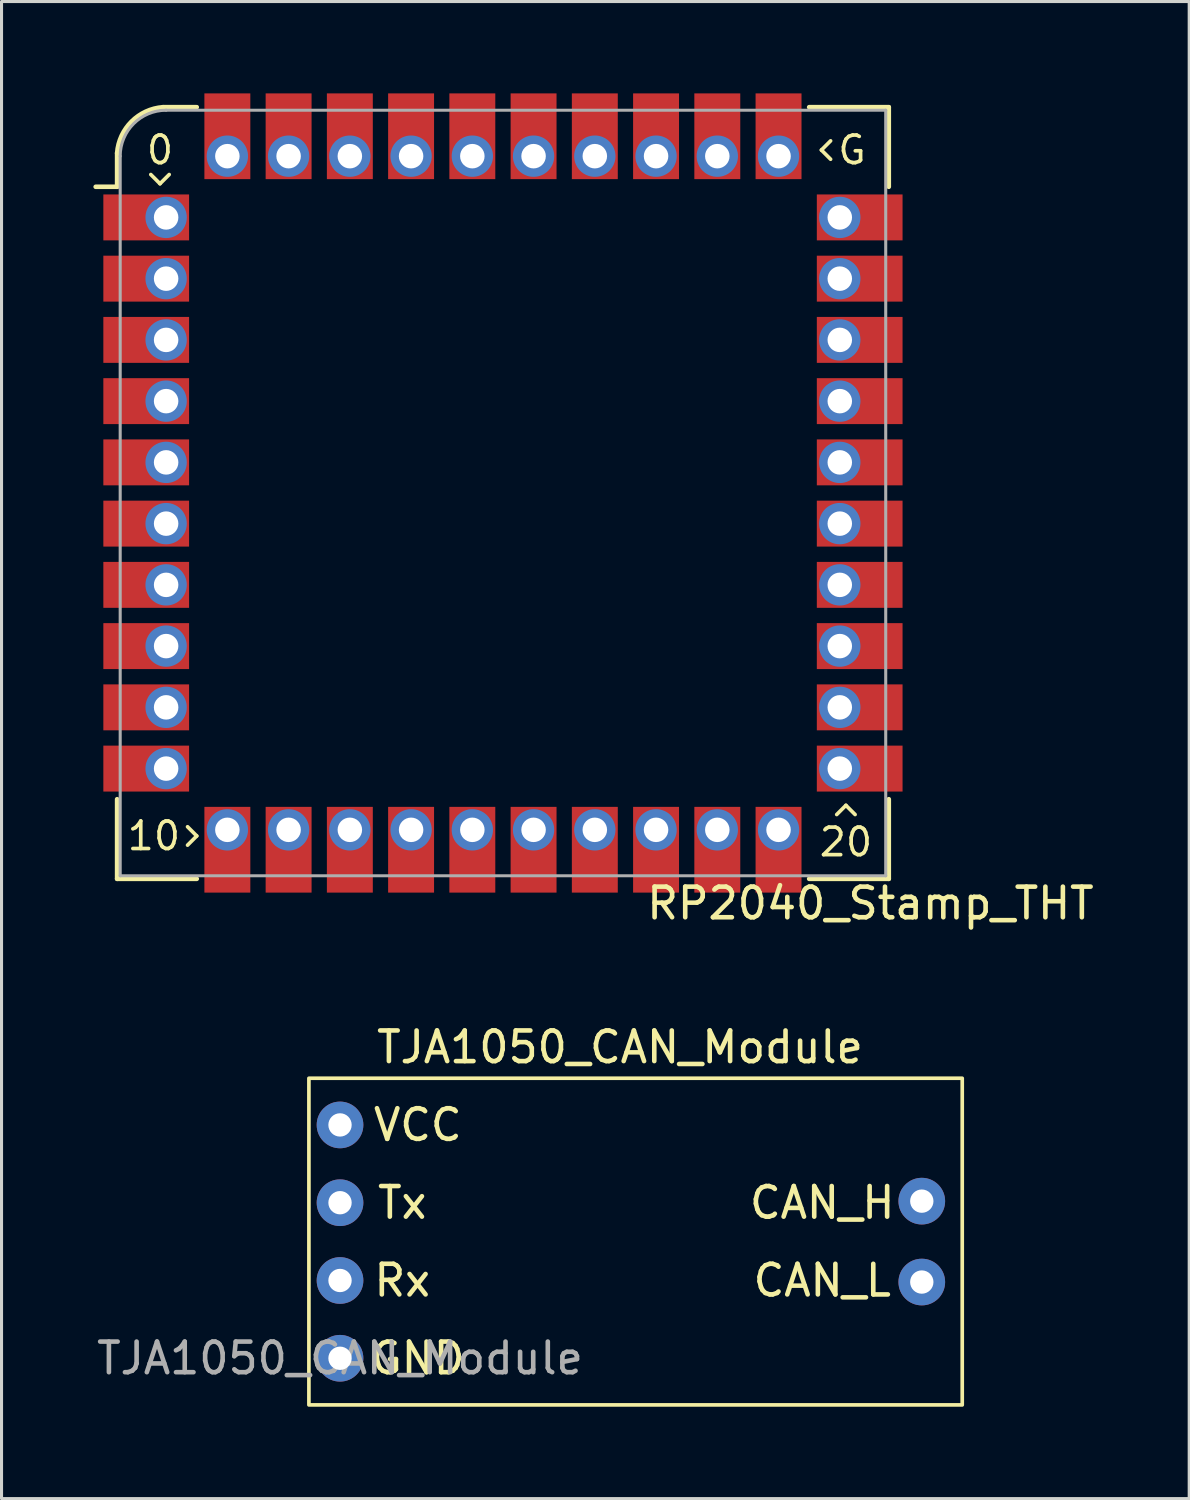
<source format=kicad_pcb>
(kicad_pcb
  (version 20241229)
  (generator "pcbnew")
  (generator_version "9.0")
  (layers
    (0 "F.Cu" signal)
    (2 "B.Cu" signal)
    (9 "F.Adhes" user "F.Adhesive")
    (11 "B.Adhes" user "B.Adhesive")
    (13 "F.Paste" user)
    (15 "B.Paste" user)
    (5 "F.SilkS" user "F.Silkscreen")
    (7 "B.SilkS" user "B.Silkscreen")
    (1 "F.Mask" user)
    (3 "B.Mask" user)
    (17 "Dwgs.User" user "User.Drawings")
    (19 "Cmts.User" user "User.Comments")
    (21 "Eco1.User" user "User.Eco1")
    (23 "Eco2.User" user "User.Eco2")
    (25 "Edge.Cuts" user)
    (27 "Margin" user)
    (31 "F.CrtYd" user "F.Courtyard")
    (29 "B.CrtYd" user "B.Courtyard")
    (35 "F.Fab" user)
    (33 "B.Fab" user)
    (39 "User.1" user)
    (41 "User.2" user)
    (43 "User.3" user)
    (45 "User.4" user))
  (footprint "TJA1050_CAN_Module"
    (layer "F.Cu")
    (at 17.198 37.751)
    (property "Reference" "TJA1050_CAN_Module" (at 0 -6.604 0) (unlocked yes) (layer "F.SilkS") (effects (font (size 1 1) (thickness 0.15))))
    (attr through_hole)
    (fp_rect (start -10.16 -5.588) (end 11.176 5.08) (stroke (width 0.12) (type solid)) (fill no) (layer "F.SilkS"))
    (fp_text user "CAN_H" (at 6.604 -1.524 0) (unlocked yes) (layer "F.SilkS") (effects (font (size 1 1) (thickness 0.15))))
    (fp_text user "VCC" (at -6.604 -4.064 0) (unlocked yes) (layer "F.SilkS") (effects (font (size 1 1) (thickness 0.15))))
    (fp_text user "Rx" (at -7.112 1.016 0) (unlocked yes) (layer "F.SilkS") (effects (font (size 1 1) (thickness 0.15))))
    (fp_text user "CAN_L" (at 6.604 1.016 0) (unlocked yes) (layer "F.SilkS") (effects (font (size 1 1) (thickness 0.15))))
    (fp_text user "GND" (at -6.604 3.556 0) (unlocked yes) (layer "F.SilkS") (effects (font (size 1 1) (thickness 0.15))))
    (fp_text user "Tx" (at -7.112 -1.524 0) (unlocked yes) (layer "F.SilkS") (effects (font (size 1 1) (thickness 0.15))))
    (fp_text user "${REFERENCE}" (at -9.144 3.556 0) (unlocked yes) (layer "F.Fab") (effects (font (size 1 1) (thickness 0.15))))
    (pad "1" thru_hole circle (at -9.144 -4.064) (size 1.524 1.524) (drill 0.762) (layers "*.Cu" "*.Mask"))
    (pad "2" thru_hole circle (at -9.144 -1.524) (size 1.524 1.524) (drill 0.762) (layers "*.Cu" "*.Mask"))
    (pad "3" thru_hole circle (at -9.144 1.016) (size 1.524 1.524) (drill 0.762) (layers "*.Cu" "*.Mask"))
    (pad "4" thru_hole circle (at -9.144 3.556) (size 1.524 1.524) (drill 0.762) (layers "*.Cu" "*.Mask"))
    (pad "5" thru_hole circle (at 9.855 -1.575) (size 1.524 1.524) (drill 0.762) (layers "*.Cu" "*.Mask"))
    (pad "6" thru_hole circle (at 9.855 1.067) (size 1.524 1.524) (drill 0.762) (layers "*.Cu" "*.Mask")))
  (footprint "RP2040_Stamp_THT"
    (layer "F.Cu")
    (at 13.375 13.05)
    (property "Reference" "RP2040_Stamp_THT" (at 12 13.4 0) (unlocked yes) (layer "F.SilkS") (effects (font (size 1 1) (thickness 0.15))))
    (attr through_hole)
    (fp_line (start -12.6 -10) (end -13.3 -10) (stroke (width 0.15) (type solid)) (layer "F.SilkS"))
    (fp_line (start -12.6 -10) (end -12.6 -11.1) (stroke (width 0.15) (type solid)) (layer "F.SilkS"))
    (fp_line (start -12.6 12.6) (end -12.6 10) (stroke (width 0.15) (type solid)) (layer "F.SilkS"))
    (fp_line (start -11.2 -10.1) (end -11.5 -10.4) (stroke (width 0.12) (type solid)) (layer "F.SilkS"))
    (fp_line (start -11.2 -10.1) (end -10.9 -10.4) (stroke (width 0.12) (type solid)) (layer "F.SilkS"))
    (fp_line (start -11.1 -12.6) (end -10 -12.6) (stroke (width 0.15) (type solid)) (layer "F.SilkS"))
    (fp_line (start -10.3 10.9) (end -10 11.2) (stroke (width 0.12) (type solid)) (layer "F.SilkS"))
    (fp_line (start -10.3 11.5) (end -10 11.2) (stroke (width 0.12) (type solid)) (layer "F.SilkS"))
    (fp_line (start -10 12.6) (end -12.6 12.6) (stroke (width 0.15) (type solid)) (layer "F.SilkS"))
    (fp_line (start 10 -12.6) (end 12.6 -12.6) (stroke (width 0.15) (type solid)) (layer "F.SilkS"))
    (fp_line (start 10.4 -11.2) (end 10.7 -11.5) (stroke (width 0.12) (type solid)) (layer "F.SilkS"))
    (fp_line (start 10.4 -11.2) (end 10.7 -10.9) (stroke (width 0.12) (type solid)) (layer "F.SilkS"))
    (fp_line (start 10.9 10.5) (end 11.2 10.2) (stroke (width 0.12) (type solid)) (layer "F.SilkS"))
    (fp_line (start 11.5 10.5) (end 11.2 10.2) (stroke (width 0.12) (type solid)) (layer "F.SilkS"))
    (fp_line (start 12.6 -12.6) (end 12.6 -10) (stroke (width 0.15) (type solid)) (layer "F.SilkS"))
    (fp_line (start 12.6 10) (end 12.6 12.6) (stroke (width 0.15) (type solid)) (layer "F.SilkS"))
    (fp_line (start 12.6 12.6) (end 10 12.6) (stroke (width 0.15) (type solid)) (layer "F.SilkS"))
    (fp_arc (start -12.6 -11.1) (mid -12.129432 -12.129432) (end -11.1 -12.6) (stroke (width 0.15) (type solid)) (layer "F.SilkS"))
    (fp_line (start -12.5 12.5) (end -12.5 -11) (stroke (width 0.1) (type solid)) (layer "F.Fab"))
    (fp_line (start -11 -12.5) (end 12.5 -12.5) (stroke (width 0.1) (type solid)) (layer "F.Fab"))
    (fp_line (start 12.5 -12.5) (end 12.5 12.5) (stroke (width 0.1) (type solid)) (layer "F.Fab"))
    (fp_line (start 12.5 12.5) (end -12.5 12.5) (stroke (width 0.1) (type solid)) (layer "F.Fab"))
    (fp_arc (start -12.500003 -11.000003) (mid -12.060661 -12.060662) (end -11 -12.5) (stroke (width 0.1) (type solid)) (layer "F.Fab"))
    (fp_text user "10" (at -11.4 11.2 0) (layer "F.SilkS") (effects (font (size 0.9 0.9) (thickness 0.12))))
    (fp_text user "0" (at -11.2 -11.2 0) (layer "F.SilkS") (effects (font (size 0.9 0.9) (thickness 0.12))))
    (fp_text user "20" (at 11.2 11.4 0) (layer "F.SilkS") (effects (font (size 0.9 0.9) (thickness 0.12))))
    (fp_text user "G" (at 11.4 -11.2 0) (layer "F.SilkS") (effects (font (size 0.9 0.9) (thickness 0.12))))
    (pad "1" smd rect (at -11.65 -9) (size 2.8 1.5) (layers "F.Cu" "F.Mask" "F.Paste"))
    (pad "1" thru_hole circle (at -11 -9) (size 1.35 1.35) (drill 0.8) (layers "*.Cu" "*.Mask"))
    (pad "2" smd rect (at -11.65 -7) (size 2.8 1.5) (layers "F.Cu" "F.Mask" "F.Paste"))
    (pad "2" thru_hole oval (at -11 -7) (size 1.35 1.35) (drill 0.8) (layers "*.Cu" "*.Mask"))
    (pad "3" smd rect (at -11.65 -5) (size 2.8 1.5) (layers "F.Cu" "F.Mask" "F.Paste"))
    (pad "3" thru_hole oval (at -11 -5) (size 1.35 1.35) (drill 0.8) (layers "*.Cu" "*.Mask"))
    (pad "4" smd rect (at -11.65 -3) (size 2.8 1.5) (layers "F.Cu" "F.Mask" "F.Paste"))
    (pad "4" thru_hole oval (at -11 -3) (size 1.35 1.35) (drill 0.8) (layers "*.Cu" "*.Mask"))
    (pad "5" smd rect (at -11.65 -1) (size 2.8 1.5) (layers "F.Cu" "F.Mask" "F.Paste"))
    (pad "5" thru_hole oval (at -11 -1) (size 1.35 1.35) (drill 0.8) (layers "*.Cu" "*.Mask"))
    (pad "6" smd rect (at -11.65 1) (size 2.8 1.5) (layers "F.Cu" "F.Mask" "F.Paste"))
    (pad "6" thru_hole oval (at -11 1) (size 1.35 1.35) (drill 0.8) (layers "*.Cu" "*.Mask"))
    (pad "7" smd rect (at -11.65 3) (size 2.8 1.5) (layers "F.Cu" "F.Mask" "F.Paste"))
    (pad "7" thru_hole oval (at -11 3) (size 1.35 1.35) (drill 0.8) (layers "*.Cu" "*.Mask"))
    (pad "8" smd rect (at -11.65 5) (size 2.8 1.5) (layers "F.Cu" "F.Mask" "F.Paste"))
    (pad "8" thru_hole oval (at -11 5) (size 1.35 1.35) (drill 0.8) (layers "*.Cu" "*.Mask"))
    (pad "9" smd rect (at -11.65 7) (size 2.8 1.5) (layers "F.Cu" "F.Mask" "F.Paste"))
    (pad "9" thru_hole oval (at -11 7) (size 1.35 1.35) (drill 0.8) (layers "*.Cu" "*.Mask"))
    (pad "10" smd rect (at -11.65 9) (size 2.8 1.5) (layers "F.Cu" "F.Mask" "F.Paste"))
    (pad "10" thru_hole oval (at -11 9) (size 1.35 1.35) (drill 0.8) (layers "*.Cu" "*.Mask"))
    (pad "11" thru_hole oval (at -9 11) (size 1.35 1.35) (drill 0.8) (layers "*.Cu" "*.Mask"))
    (pad "11" smd rect (at -9 11.65 270) (size 2.8 1.5) (layers "F.Cu" "F.Mask" "F.Paste"))
    (pad "12" thru_hole oval (at -7 11) (size 1.35 1.35) (drill 0.8) (layers "*.Cu" "*.Mask"))
    (pad "12" smd rect (at -7 11.65 270) (size 2.8 1.5) (layers "F.Cu" "F.Mask" "F.Paste"))
    (pad "13" thru_hole oval (at -5 11) (size 1.35 1.35) (drill 0.8) (layers "*.Cu" "*.Mask"))
    (pad "13" smd rect (at -5 11.65 270) (size 2.8 1.5) (layers "F.Cu" "F.Mask" "F.Paste"))
    (pad "14" thru_hole oval (at -3 11) (size 1.35 1.35) (drill 0.8) (layers "*.Cu" "*.Mask"))
    (pad "14" smd rect (at -3 11.65 270) (size 2.8 1.5) (layers "F.Cu" "F.Mask" "F.Paste"))
    (pad "15" thru_hole oval (at -1 11) (size 1.35 1.35) (drill 0.8) (layers "*.Cu" "*.Mask"))
    (pad "15" smd rect (at -1 11.65 270) (size 2.8 1.5) (layers "F.Cu" "F.Mask" "F.Paste"))
    (pad "16" thru_hole oval (at 1 11) (size 1.35 1.35) (drill 0.8) (layers "*.Cu" "*.Mask"))
    (pad "16" smd rect (at 1 11.65 270) (size 2.8 1.5) (layers "F.Cu" "F.Mask" "F.Paste"))
    (pad "17" thru_hole oval (at 3 11) (size 1.35 1.35) (drill 0.8) (layers "*.Cu" "*.Mask"))
    (pad "17" smd rect (at 3 11.65 270) (size 2.8 1.5) (layers "F.Cu" "F.Mask" "F.Paste"))
    (pad "18" thru_hole oval (at 5 11) (size 1.35 1.35) (drill 0.8) (layers "*.Cu" "*.Mask"))
    (pad "18" smd rect (at 5 11.65 270) (size 2.8 1.5) (layers "F.Cu" "F.Mask" "F.Paste"))
    (pad "19" thru_hole oval (at 7 11) (size 1.35 1.35) (drill 0.8) (layers "*.Cu" "*.Mask"))
    (pad "19" smd rect (at 7 11.65 270) (size 2.8 1.5) (layers "F.Cu" "F.Mask" "F.Paste"))
    (pad "20" thru_hole oval (at 9 11) (size 1.35 1.35) (drill 0.8) (layers "*.Cu" "*.Mask"))
    (pad "20" smd rect (at 9 11.65 270) (size 2.8 1.5) (layers "F.Cu" "F.Mask" "F.Paste"))
    (pad "21" thru_hole oval (at 11 9) (size 1.35 1.35) (drill 0.8) (layers "*.Cu" "*.Mask"))
    (pad "21" smd rect (at 11.65 9) (size 2.8 1.5) (layers "F.Cu" "F.Mask" "F.Paste"))
    (pad "22" thru_hole oval (at 11 7) (size 1.35 1.35) (drill 0.8) (layers "*.Cu" "*.Mask"))
    (pad "22" smd rect (at 11.65 7) (size 2.8 1.5) (layers "F.Cu" "F.Mask" "F.Paste"))
    (pad "23" thru_hole oval (at 11 5) (size 1.35 1.35) (drill 0.8) (layers "*.Cu" "*.Mask"))
    (pad "23" smd rect (at 11.65 5) (size 2.8 1.5) (layers "F.Cu" "F.Mask" "F.Paste"))
    (pad "24" thru_hole oval (at 11 3) (size 1.35 1.35) (drill 0.8) (layers "*.Cu" "*.Mask"))
    (pad "24" smd rect (at 11.65 3) (size 2.8 1.5) (layers "F.Cu" "F.Mask" "F.Paste"))
    (pad "25" thru_hole oval (at 11 1) (size 1.35 1.35) (drill 0.8) (layers "*.Cu" "*.Mask"))
    (pad "25" smd rect (at 11.65 1) (size 2.8 1.5) (layers "F.Cu" "F.Mask" "F.Paste"))
    (pad "26" thru_hole oval (at 11 -1) (size 1.35 1.35) (drill 0.8) (layers "*.Cu" "*.Mask"))
    (pad "26" smd rect (at 11.65 -1) (size 2.8 1.5) (layers "F.Cu" "F.Mask" "F.Paste"))
    (pad "27" thru_hole oval (at 11 -3) (size 1.35 1.35) (drill 0.8) (layers "*.Cu" "*.Mask"))
    (pad "27" smd rect (at 11.65 -3) (size 2.8 1.5) (layers "F.Cu" "F.Mask" "F.Paste"))
    (pad "28" thru_hole oval (at 11 -5) (size 1.35 1.35) (drill 0.8) (layers "*.Cu" "*.Mask"))
    (pad "28" smd rect (at 11.65 -5) (size 2.8 1.5) (layers "F.Cu" "F.Mask" "F.Paste"))
    (pad "29" thru_hole oval (at 11 -7) (size 1.35 1.35) (drill 0.8) (layers "*.Cu" "*.Mask"))
    (pad "29" smd rect (at 11.65 -7) (size 2.8 1.5) (layers "F.Cu" "F.Mask" "F.Paste"))
    (pad "30" thru_hole oval (at 11 -9) (size 1.35 1.35) (drill 0.8) (layers "*.Cu" "*.Mask"))
    (pad "30" smd rect (at 11.65 -9) (size 2.8 1.5) (layers "F.Cu" "F.Mask" "F.Paste"))
    (pad "31" smd rect (at 9 -11.65 270) (size 2.8 1.5) (layers "F.Cu" "F.Mask" "F.Paste"))
    (pad "31" thru_hole oval (at 9 -11) (size 1.35 1.35) (drill 0.8) (layers "*.Cu" "*.Mask"))
    (pad "32" smd rect (at 7 -11.65 270) (size 2.8 1.5) (layers "F.Cu" "F.Mask" "F.Paste"))
    (pad "32" thru_hole oval (at 7 -11) (size 1.35 1.35) (drill 0.8) (layers "*.Cu" "*.Mask"))
    (pad "33" smd rect (at 5 -11.65 270) (size 2.8 1.5) (layers "F.Cu" "F.Mask" "F.Paste"))
    (pad "33" thru_hole oval (at 5 -11) (size 1.35 1.35) (drill 0.8) (layers "*.Cu" "*.Mask"))
    (pad "34" smd rect (at 3 -11.65 270) (size 2.8 1.5) (layers "F.Cu" "F.Mask" "F.Paste"))
    (pad "34" thru_hole oval (at 3 -11) (size 1.35 1.35) (drill 0.8) (layers "*.Cu" "*.Mask"))
    (pad "35" smd rect (at 1 -11.65 270) (size 2.8 1.5) (layers "F.Cu" "F.Mask" "F.Paste"))
    (pad "35" thru_hole oval (at 1 -11) (size 1.35 1.35) (drill 0.8) (layers "*.Cu" "*.Mask"))
    (pad "36" smd rect (at -1 -11.65 270) (size 2.8 1.5) (layers "F.Cu" "F.Mask" "F.Paste"))
    (pad "36" thru_hole oval (at -1 -11) (size 1.35 1.35) (drill 0.8) (layers "*.Cu" "*.Mask"))
    (pad "37" smd rect (at -3 -11.65 270) (size 2.8 1.5) (layers "F.Cu" "F.Mask" "F.Paste"))
    (pad "37" thru_hole oval (at -3 -11) (size 1.35 1.35) (drill 0.8) (layers "*.Cu" "*.Mask"))
    (pad "38" smd rect (at -5 -11.65 270) (size 2.8 1.5) (layers "F.Cu" "F.Mask" "F.Paste"))
    (pad "38" thru_hole oval (at -5 -11) (size 1.35 1.35) (drill 0.8) (layers "*.Cu" "*.Mask"))
    (pad "39" smd rect (at -7 -11.65 270) (size 2.8 1.5) (layers "F.Cu" "F.Mask" "F.Paste"))
    (pad "39" thru_hole oval (at -7 -11) (size 1.35 1.35) (drill 0.8) (layers "*.Cu" "*.Mask"))
    (pad "40" smd rect (at -9 -11.65 270) (size 2.8 1.5) (layers "F.Cu" "F.Mask" "F.Paste"))
    (pad "40" thru_hole oval (at -9 -11) (size 1.35 1.35) (drill 0.8) (layers "*.Cu" "*.Mask")))
  (gr_rect
    (start -3 -3)
    (end 35.786 45.891)
    (stroke (width 0.1) (type default))
    (fill no)
    (layer "Edge.Cuts")))
</source>
